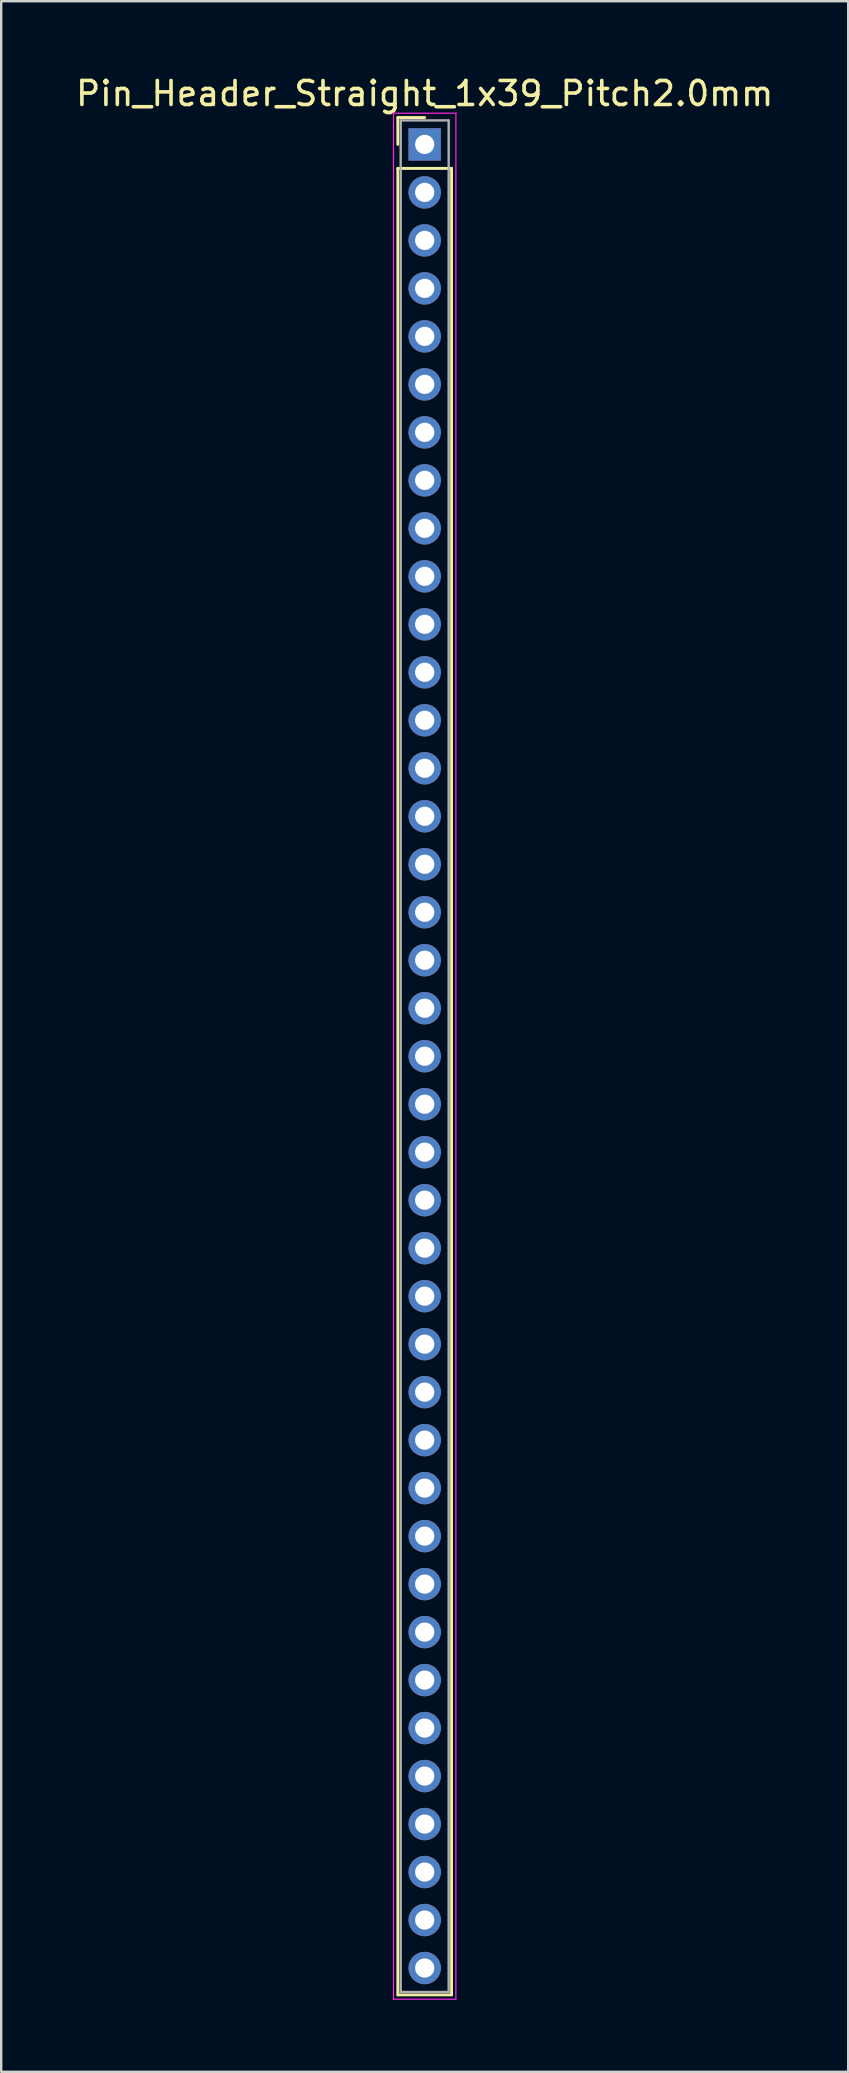
<source format=kicad_pcb>
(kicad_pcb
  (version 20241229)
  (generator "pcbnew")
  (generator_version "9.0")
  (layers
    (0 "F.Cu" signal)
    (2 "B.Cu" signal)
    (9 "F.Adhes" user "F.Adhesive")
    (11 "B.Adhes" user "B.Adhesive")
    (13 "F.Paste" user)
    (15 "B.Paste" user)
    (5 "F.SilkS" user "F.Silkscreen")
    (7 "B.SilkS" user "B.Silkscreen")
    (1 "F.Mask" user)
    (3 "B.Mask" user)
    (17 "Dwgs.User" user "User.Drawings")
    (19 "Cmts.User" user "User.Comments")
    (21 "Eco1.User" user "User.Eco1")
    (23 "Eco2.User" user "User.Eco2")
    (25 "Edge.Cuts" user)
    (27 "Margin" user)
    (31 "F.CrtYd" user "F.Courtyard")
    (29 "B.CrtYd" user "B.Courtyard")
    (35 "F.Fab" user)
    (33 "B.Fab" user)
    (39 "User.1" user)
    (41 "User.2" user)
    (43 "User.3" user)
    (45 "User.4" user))
  (footprint "Pin_Header_Straight_1x39_Pitch2.0mm"
    (layer "F.Cu")
    (at 14.649 2.968)
    (property "Reference" "Pin_Header_Straight_1x39_Pitch2.0mm" (at 0 -2.12 0) (layer "F.SilkS") (effects (font (size 1 1) (thickness 0.15))))
    (attr through_hole)
    (fp_line (start -1.12 -1.12) (end 0 -1.12) (stroke (width 0.12) (type solid)) (layer "F.SilkS"))
    (fp_line (start -1.12 0) (end -1.12 -1.12) (stroke (width 0.12) (type solid)) (layer "F.SilkS"))
    (fp_line (start -1.12 1) (end -1.12 77.12) (stroke (width 0.12) (type solid)) (layer "F.SilkS"))
    (fp_line (start -1.12 77.12) (end 1.12 77.12) (stroke (width 0.12) (type solid)) (layer "F.SilkS"))
    (fp_line (start 1.12 1) (end -1.12 1) (stroke (width 0.12) (type solid)) (layer "F.SilkS"))
    (fp_line (start 1.12 77.12) (end 1.12 1) (stroke (width 0.12) (type solid)) (layer "F.SilkS"))
    (fp_line (start -1.3 -1.3) (end -1.3 77.3) (stroke (width 0.05) (type solid)) (layer "F.CrtYd"))
    (fp_line (start -1.3 77.3) (end 1.3 77.3) (stroke (width 0.05) (type solid)) (layer "F.CrtYd"))
    (fp_line (start 1.3 -1.3) (end -1.3 -1.3) (stroke (width 0.05) (type solid)) (layer "F.CrtYd"))
    (fp_line (start 1.3 77.3) (end 1.3 -1.3) (stroke (width 0.05) (type solid)) (layer "F.CrtYd"))
    (fp_line (start -1 -1) (end -1 77) (stroke (width 0.1) (type solid)) (layer "F.Fab"))
    (fp_line (start -1 77) (end 1 77) (stroke (width 0.1) (type solid)) (layer "F.Fab"))
    (fp_line (start 1 -1) (end -1 -1) (stroke (width 0.1) (type solid)) (layer "F.Fab"))
    (fp_line (start 1 77) (end 1 -1) (stroke (width 0.1) (type solid)) (layer "F.Fab"))
    (pad "1" thru_hole rect (at 0 0) (size 1.35 1.35) (drill 0.8) (layers "*.Cu" "*.Mask"))
    (pad "2" thru_hole oval (at 0 2) (size 1.35 1.35) (drill 0.8) (layers "*.Cu" "*.Mask"))
    (pad "3" thru_hole oval (at 0 4) (size 1.35 1.35) (drill 0.8) (layers "*.Cu" "*.Mask"))
    (pad "4" thru_hole oval (at 0 6) (size 1.35 1.35) (drill 0.8) (layers "*.Cu" "*.Mask"))
    (pad "5" thru_hole oval (at 0 8) (size 1.35 1.35) (drill 0.8) (layers "*.Cu" "*.Mask"))
    (pad "6" thru_hole oval (at 0 10) (size 1.35 1.35) (drill 0.8) (layers "*.Cu" "*.Mask"))
    (pad "7" thru_hole oval (at 0 12) (size 1.35 1.35) (drill 0.8) (layers "*.Cu" "*.Mask"))
    (pad "8" thru_hole oval (at 0 14) (size 1.35 1.35) (drill 0.8) (layers "*.Cu" "*.Mask"))
    (pad "9" thru_hole oval (at 0 16) (size 1.35 1.35) (drill 0.8) (layers "*.Cu" "*.Mask"))
    (pad "10" thru_hole oval (at 0 18) (size 1.35 1.35) (drill 0.8) (layers "*.Cu" "*.Mask"))
    (pad "11" thru_hole oval (at 0 20) (size 1.35 1.35) (drill 0.8) (layers "*.Cu" "*.Mask"))
    (pad "12" thru_hole oval (at 0 22) (size 1.35 1.35) (drill 0.8) (layers "*.Cu" "*.Mask"))
    (pad "13" thru_hole oval (at 0 24) (size 1.35 1.35) (drill 0.8) (layers "*.Cu" "*.Mask"))
    (pad "14" thru_hole oval (at 0 26) (size 1.35 1.35) (drill 0.8) (layers "*.Cu" "*.Mask"))
    (pad "15" thru_hole oval (at 0 28) (size 1.35 1.35) (drill 0.8) (layers "*.Cu" "*.Mask"))
    (pad "16" thru_hole oval (at 0 30) (size 1.35 1.35) (drill 0.8) (layers "*.Cu" "*.Mask"))
    (pad "17" thru_hole oval (at 0 32) (size 1.35 1.35) (drill 0.8) (layers "*.Cu" "*.Mask"))
    (pad "18" thru_hole oval (at 0 34) (size 1.35 1.35) (drill 0.8) (layers "*.Cu" "*.Mask"))
    (pad "19" thru_hole oval (at 0 36) (size 1.35 1.35) (drill 0.8) (layers "*.Cu" "*.Mask"))
    (pad "20" thru_hole oval (at 0 38) (size 1.35 1.35) (drill 0.8) (layers "*.Cu" "*.Mask"))
    (pad "21" thru_hole oval (at 0 40) (size 1.35 1.35) (drill 0.8) (layers "*.Cu" "*.Mask"))
    (pad "22" thru_hole oval (at 0 42) (size 1.35 1.35) (drill 0.8) (layers "*.Cu" "*.Mask"))
    (pad "23" thru_hole oval (at 0 44) (size 1.35 1.35) (drill 0.8) (layers "*.Cu" "*.Mask"))
    (pad "24" thru_hole oval (at 0 46) (size 1.35 1.35) (drill 0.8) (layers "*.Cu" "*.Mask"))
    (pad "25" thru_hole oval (at 0 48) (size 1.35 1.35) (drill 0.8) (layers "*.Cu" "*.Mask"))
    (pad "26" thru_hole oval (at 0 50) (size 1.35 1.35) (drill 0.8) (layers "*.Cu" "*.Mask"))
    (pad "27" thru_hole oval (at 0 52) (size 1.35 1.35) (drill 0.8) (layers "*.Cu" "*.Mask"))
    (pad "28" thru_hole oval (at 0 54) (size 1.35 1.35) (drill 0.8) (layers "*.Cu" "*.Mask"))
    (pad "29" thru_hole oval (at 0 56) (size 1.35 1.35) (drill 0.8) (layers "*.Cu" "*.Mask"))
    (pad "30" thru_hole oval (at 0 58) (size 1.35 1.35) (drill 0.8) (layers "*.Cu" "*.Mask"))
    (pad "31" thru_hole oval (at 0 60) (size 1.35 1.35) (drill 0.8) (layers "*.Cu" "*.Mask"))
    (pad "32" thru_hole oval (at 0 62) (size 1.35 1.35) (drill 0.8) (layers "*.Cu" "*.Mask"))
    (pad "33" thru_hole oval (at 0 64) (size 1.35 1.35) (drill 0.8) (layers "*.Cu" "*.Mask"))
    (pad "34" thru_hole oval (at 0 66) (size 1.35 1.35) (drill 0.8) (layers "*.Cu" "*.Mask"))
    (pad "35" thru_hole oval (at 0 68) (size 1.35 1.35) (drill 0.8) (layers "*.Cu" "*.Mask"))
    (pad "36" thru_hole oval (at 0 70) (size 1.35 1.35) (drill 0.8) (layers "*.Cu" "*.Mask"))
    (pad "37" thru_hole oval (at 0 72) (size 1.35 1.35) (drill 0.8) (layers "*.Cu" "*.Mask"))
    (pad "38" thru_hole oval (at 0 74) (size 1.35 1.35) (drill 0.8) (layers "*.Cu" "*.Mask"))
    (pad "39" thru_hole oval (at 0 76) (size 1.35 1.35) (drill 0.8) (layers "*.Cu" "*.Mask")))
  (gr_rect
    (start -3 -3)
    (end 32.298 83.293)
    (stroke (width 0.1) (type default))
    (fill no)
    (layer "Edge.Cuts")))
</source>
